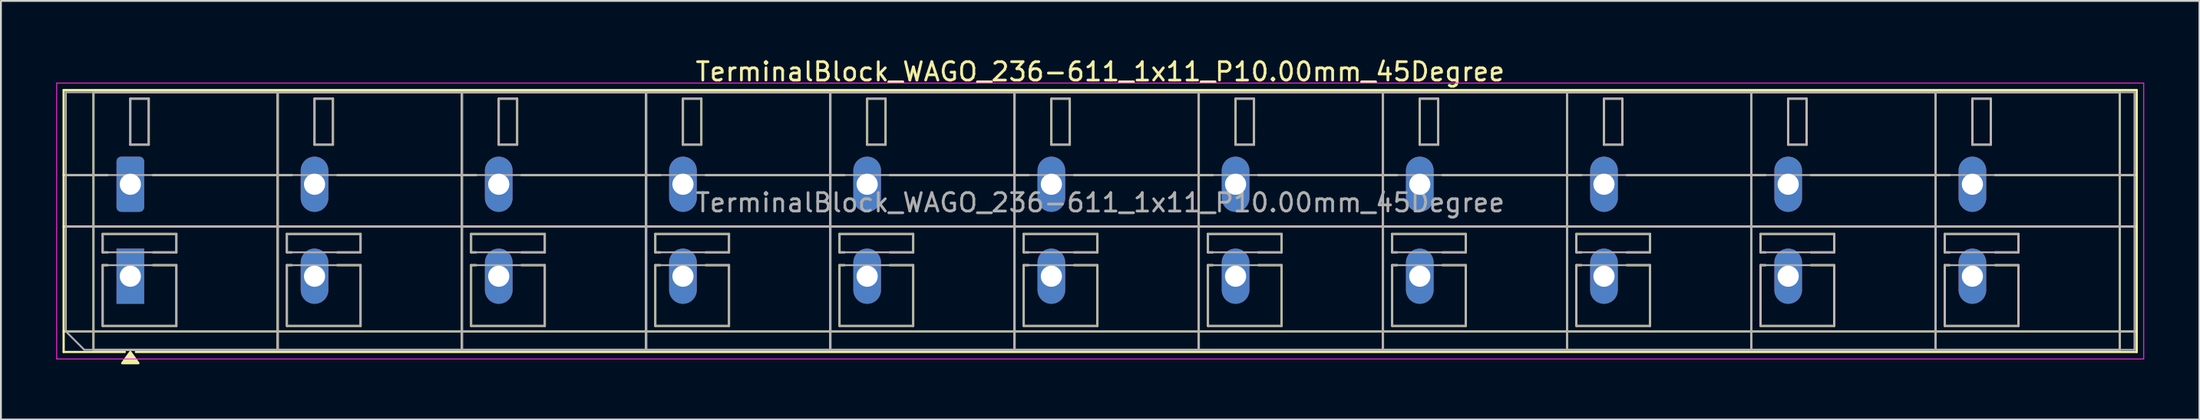
<source format=kicad_pcb>
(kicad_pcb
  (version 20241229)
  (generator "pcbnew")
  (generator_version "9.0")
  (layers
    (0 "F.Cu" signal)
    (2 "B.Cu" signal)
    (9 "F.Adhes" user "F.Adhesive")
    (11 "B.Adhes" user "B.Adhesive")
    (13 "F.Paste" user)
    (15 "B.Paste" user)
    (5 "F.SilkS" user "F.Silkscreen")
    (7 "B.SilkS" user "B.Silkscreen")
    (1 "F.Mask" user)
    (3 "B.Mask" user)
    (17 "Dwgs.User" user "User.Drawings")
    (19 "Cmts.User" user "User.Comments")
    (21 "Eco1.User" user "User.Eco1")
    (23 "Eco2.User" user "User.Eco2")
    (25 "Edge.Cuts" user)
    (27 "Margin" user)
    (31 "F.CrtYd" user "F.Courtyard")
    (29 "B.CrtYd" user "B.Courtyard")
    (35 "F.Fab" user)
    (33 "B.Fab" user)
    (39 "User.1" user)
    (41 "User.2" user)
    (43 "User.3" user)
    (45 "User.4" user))
  (footprint "TerminalBlock_WAGO_236-611_1x11_P10.00mm_45Degree"
    (layer "F.Cu")
    (at 4.025 6.968)
    (property "Reference" "TerminalBlock_WAGO_236-611_1x11_P10.00mm_45Degree" (at 52.65 -6.12 0) (layer "F.SilkS") (effects (font (size 1 1) (thickness 0.15))))
    (attr through_hole)
    (fp_line (start -3.62 -5.12) (end 108.92 -5.12) (stroke (width 0.12) (type solid)) (layer "F.SilkS"))
    (fp_line (start -3.62 -0.5) (end -1.23 -0.5) (stroke (width 0.12) (type solid)) (layer "F.SilkS"))
    (fp_line (start -3.62 2.3) (end 108.92 2.3) (stroke (width 0.12) (type solid)) (layer "F.SilkS"))
    (fp_line (start -3.62 8) (end 108.92 8) (stroke (width 0.12) (type solid)) (layer "F.SilkS"))
    (fp_line (start -3.62 9.12) (end -3.62 -5.12) (stroke (width 0.12) (type solid)) (layer "F.SilkS"))
    (fp_line (start -2 -5) (end 8 -5) (stroke (width 0.12) (type solid)) (layer "F.SilkS"))
    (fp_line (start -2 9) (end -2 -5) (stroke (width 0.12) (type solid)) (layer "F.SilkS"))
    (fp_line (start -1.5 2.7) (end 2.5 2.7) (stroke (width 0.12) (type solid)) (layer "F.SilkS"))
    (fp_line (start -1.5 3.7) (end -1.5 2.7) (stroke (width 0.12) (type solid)) (layer "F.SilkS"))
    (fp_line (start -1.5 4.4) (end -1.23 4.4) (stroke (width 0.12) (type solid)) (layer "F.SilkS"))
    (fp_line (start -1.5 7.7) (end -1.5 4.4) (stroke (width 0.12) (type solid)) (layer "F.SilkS"))
    (fp_line (start -1.23 3.7) (end -1.5 3.7) (stroke (width 0.12) (type solid)) (layer "F.SilkS"))
    (fp_line (start -0.3 9.12) (end -3.62 9.12) (stroke (width 0.12) (type solid)) (layer "F.SilkS"))
    (fp_line (start 0 -4.65) (end 1 -4.65) (stroke (width 0.12) (type solid)) (layer "F.SilkS"))
    (fp_line (start 0 -2.15) (end 0 -4.65) (stroke (width 0.12) (type solid)) (layer "F.SilkS"))
    (fp_line (start 1 -4.65) (end 1 -2.15) (stroke (width 0.12) (type solid)) (layer "F.SilkS"))
    (fp_line (start 1 -2.15) (end 0 -2.15) (stroke (width 0.12) (type solid)) (layer "F.SilkS"))
    (fp_line (start 1.23 -0.5) (end 8.77 -0.5) (stroke (width 0.12) (type solid)) (layer "F.SilkS"))
    (fp_line (start 1.23 4.4) (end 2.5 4.4) (stroke (width 0.12) (type solid)) (layer "F.SilkS"))
    (fp_line (start 2.5 2.7) (end 2.5 3.7) (stroke (width 0.12) (type solid)) (layer "F.SilkS"))
    (fp_line (start 2.5 3.7) (end 1.23 3.7) (stroke (width 0.12) (type solid)) (layer "F.SilkS"))
    (fp_line (start 2.5 4.4) (end 2.5 7.7) (stroke (width 0.12) (type solid)) (layer "F.SilkS"))
    (fp_line (start 2.5 7.7) (end -1.5 7.7) (stroke (width 0.12) (type solid)) (layer "F.SilkS"))
    (fp_line (start 8 -5) (end 8 9) (stroke (width 0.12) (type solid)) (layer "F.SilkS"))
    (fp_line (start 8 -5) (end 18 -5) (stroke (width 0.12) (type solid)) (layer "F.SilkS"))
    (fp_line (start 8 9) (end -2 9) (stroke (width 0.12) (type solid)) (layer "F.SilkS"))
    (fp_line (start 8 9) (end 8 -5) (stroke (width 0.12) (type solid)) (layer "F.SilkS"))
    (fp_line (start 8.5 2.7) (end 12.5 2.7) (stroke (width 0.12) (type solid)) (layer "F.SilkS"))
    (fp_line (start 8.5 3.7) (end 8.5 2.7) (stroke (width 0.12) (type solid)) (layer "F.SilkS"))
    (fp_line (start 8.5 4.4) (end 8.77 4.4) (stroke (width 0.12) (type solid)) (layer "F.SilkS"))
    (fp_line (start 8.5 7.7) (end 8.5 4.4) (stroke (width 0.12) (type solid)) (layer "F.SilkS"))
    (fp_line (start 8.77 3.7) (end 8.5 3.7) (stroke (width 0.12) (type solid)) (layer "F.SilkS"))
    (fp_line (start 10 -4.65) (end 11 -4.65) (stroke (width 0.12) (type solid)) (layer "F.SilkS"))
    (fp_line (start 10 -2.15) (end 10 -4.65) (stroke (width 0.12) (type solid)) (layer "F.SilkS"))
    (fp_line (start 11 -4.65) (end 11 -2.15) (stroke (width 0.12) (type solid)) (layer "F.SilkS"))
    (fp_line (start 11 -2.15) (end 10 -2.15) (stroke (width 0.12) (type solid)) (layer "F.SilkS"))
    (fp_line (start 11.23 -0.5) (end 18.77 -0.5) (stroke (width 0.12) (type solid)) (layer "F.SilkS"))
    (fp_line (start 11.23 4.4) (end 12.5 4.4) (stroke (width 0.12) (type solid)) (layer "F.SilkS"))
    (fp_line (start 12.5 2.7) (end 12.5 3.7) (stroke (width 0.12) (type solid)) (layer "F.SilkS"))
    (fp_line (start 12.5 3.7) (end 11.23 3.7) (stroke (width 0.12) (type solid)) (layer "F.SilkS"))
    (fp_line (start 12.5 4.4) (end 12.5 7.7) (stroke (width 0.12) (type solid)) (layer "F.SilkS"))
    (fp_line (start 12.5 7.7) (end 8.5 7.7) (stroke (width 0.12) (type solid)) (layer "F.SilkS"))
    (fp_line (start 18 -5) (end 18 9) (stroke (width 0.12) (type solid)) (layer "F.SilkS"))
    (fp_line (start 18 -5) (end 28 -5) (stroke (width 0.12) (type solid)) (layer "F.SilkS"))
    (fp_line (start 18 9) (end 8 9) (stroke (width 0.12) (type solid)) (layer "F.SilkS"))
    (fp_line (start 18 9) (end 18 -5) (stroke (width 0.12) (type solid)) (layer "F.SilkS"))
    (fp_line (start 18.5 2.7) (end 22.5 2.7) (stroke (width 0.12) (type solid)) (layer "F.SilkS"))
    (fp_line (start 18.5 3.7) (end 18.5 2.7) (stroke (width 0.12) (type solid)) (layer "F.SilkS"))
    (fp_line (start 18.5 4.4) (end 18.77 4.4) (stroke (width 0.12) (type solid)) (layer "F.SilkS"))
    (fp_line (start 18.5 7.7) (end 18.5 4.4) (stroke (width 0.12) (type solid)) (layer "F.SilkS"))
    (fp_line (start 18.77 3.7) (end 18.5 3.7) (stroke (width 0.12) (type solid)) (layer "F.SilkS"))
    (fp_line (start 20 -4.65) (end 21 -4.65) (stroke (width 0.12) (type solid)) (layer "F.SilkS"))
    (fp_line (start 20 -2.15) (end 20 -4.65) (stroke (width 0.12) (type solid)) (layer "F.SilkS"))
    (fp_line (start 21 -4.65) (end 21 -2.15) (stroke (width 0.12) (type solid)) (layer "F.SilkS"))
    (fp_line (start 21 -2.15) (end 20 -2.15) (stroke (width 0.12) (type solid)) (layer "F.SilkS"))
    (fp_line (start 21.23 -0.5) (end 28.77 -0.5) (stroke (width 0.12) (type solid)) (layer "F.SilkS"))
    (fp_line (start 21.23 4.4) (end 22.5 4.4) (stroke (width 0.12) (type solid)) (layer "F.SilkS"))
    (fp_line (start 22.5 2.7) (end 22.5 3.7) (stroke (width 0.12) (type solid)) (layer "F.SilkS"))
    (fp_line (start 22.5 3.7) (end 21.23 3.7) (stroke (width 0.12) (type solid)) (layer "F.SilkS"))
    (fp_line (start 22.5 4.4) (end 22.5 7.7) (stroke (width 0.12) (type solid)) (layer "F.SilkS"))
    (fp_line (start 22.5 7.7) (end 18.5 7.7) (stroke (width 0.12) (type solid)) (layer "F.SilkS"))
    (fp_line (start 28 -5) (end 28 9) (stroke (width 0.12) (type solid)) (layer "F.SilkS"))
    (fp_line (start 28 -5) (end 38 -5) (stroke (width 0.12) (type solid)) (layer "F.SilkS"))
    (fp_line (start 28 9) (end 18 9) (stroke (width 0.12) (type solid)) (layer "F.SilkS"))
    (fp_line (start 28 9) (end 28 -5) (stroke (width 0.12) (type solid)) (layer "F.SilkS"))
    (fp_line (start 28.5 2.7) (end 32.5 2.7) (stroke (width 0.12) (type solid)) (layer "F.SilkS"))
    (fp_line (start 28.5 3.7) (end 28.5 2.7) (stroke (width 0.12) (type solid)) (layer "F.SilkS"))
    (fp_line (start 28.5 4.4) (end 28.77 4.4) (stroke (width 0.12) (type solid)) (layer "F.SilkS"))
    (fp_line (start 28.5 7.7) (end 28.5 4.4) (stroke (width 0.12) (type solid)) (layer "F.SilkS"))
    (fp_line (start 28.77 3.7) (end 28.5 3.7) (stroke (width 0.12) (type solid)) (layer "F.SilkS"))
    (fp_line (start 30 -4.65) (end 31 -4.65) (stroke (width 0.12) (type solid)) (layer "F.SilkS"))
    (fp_line (start 30 -2.15) (end 30 -4.65) (stroke (width 0.12) (type solid)) (layer "F.SilkS"))
    (fp_line (start 31 -4.65) (end 31 -2.15) (stroke (width 0.12) (type solid)) (layer "F.SilkS"))
    (fp_line (start 31 -2.15) (end 30 -2.15) (stroke (width 0.12) (type solid)) (layer "F.SilkS"))
    (fp_line (start 31.23 -0.5) (end 38.77 -0.5) (stroke (width 0.12) (type solid)) (layer "F.SilkS"))
    (fp_line (start 31.23 4.4) (end 32.5 4.4) (stroke (width 0.12) (type solid)) (layer "F.SilkS"))
    (fp_line (start 32.5 2.7) (end 32.5 3.7) (stroke (width 0.12) (type solid)) (layer "F.SilkS"))
    (fp_line (start 32.5 3.7) (end 31.23 3.7) (stroke (width 0.12) (type solid)) (layer "F.SilkS"))
    (fp_line (start 32.5 4.4) (end 32.5 7.7) (stroke (width 0.12) (type solid)) (layer "F.SilkS"))
    (fp_line (start 32.5 7.7) (end 28.5 7.7) (stroke (width 0.12) (type solid)) (layer "F.SilkS"))
    (fp_line (start 38 -5) (end 38 9) (stroke (width 0.12) (type solid)) (layer "F.SilkS"))
    (fp_line (start 38 -5) (end 48 -5) (stroke (width 0.12) (type solid)) (layer "F.SilkS"))
    (fp_line (start 38 9) (end 28 9) (stroke (width 0.12) (type solid)) (layer "F.SilkS"))
    (fp_line (start 38 9) (end 38 -5) (stroke (width 0.12) (type solid)) (layer "F.SilkS"))
    (fp_line (start 38.5 2.7) (end 42.5 2.7) (stroke (width 0.12) (type solid)) (layer "F.SilkS"))
    (fp_line (start 38.5 3.7) (end 38.5 2.7) (stroke (width 0.12) (type solid)) (layer "F.SilkS"))
    (fp_line (start 38.5 4.4) (end 38.77 4.4) (stroke (width 0.12) (type solid)) (layer "F.SilkS"))
    (fp_line (start 38.5 7.7) (end 38.5 4.4) (stroke (width 0.12) (type solid)) (layer "F.SilkS"))
    (fp_line (start 38.77 3.7) (end 38.5 3.7) (stroke (width 0.12) (type solid)) (layer "F.SilkS"))
    (fp_line (start 40 -4.65) (end 41 -4.65) (stroke (width 0.12) (type solid)) (layer "F.SilkS"))
    (fp_line (start 40 -2.15) (end 40 -4.65) (stroke (width 0.12) (type solid)) (layer "F.SilkS"))
    (fp_line (start 41 -4.65) (end 41 -2.15) (stroke (width 0.12) (type solid)) (layer "F.SilkS"))
    (fp_line (start 41 -2.15) (end 40 -2.15) (stroke (width 0.12) (type solid)) (layer "F.SilkS"))
    (fp_line (start 41.23 -0.5) (end 48.77 -0.5) (stroke (width 0.12) (type solid)) (layer "F.SilkS"))
    (fp_line (start 41.23 4.4) (end 42.5 4.4) (stroke (width 0.12) (type solid)) (layer "F.SilkS"))
    (fp_line (start 42.5 2.7) (end 42.5 3.7) (stroke (width 0.12) (type solid)) (layer "F.SilkS"))
    (fp_line (start 42.5 3.7) (end 41.23 3.7) (stroke (width 0.12) (type solid)) (layer "F.SilkS"))
    (fp_line (start 42.5 4.4) (end 42.5 7.7) (stroke (width 0.12) (type solid)) (layer "F.SilkS"))
    (fp_line (start 42.5 7.7) (end 38.5 7.7) (stroke (width 0.12) (type solid)) (layer "F.SilkS"))
    (fp_line (start 48 -5) (end 48 9) (stroke (width 0.12) (type solid)) (layer "F.SilkS"))
    (fp_line (start 48 -5) (end 58 -5) (stroke (width 0.12) (type solid)) (layer "F.SilkS"))
    (fp_line (start 48 9) (end 38 9) (stroke (width 0.12) (type solid)) (layer "F.SilkS"))
    (fp_line (start 48 9) (end 48 -5) (stroke (width 0.12) (type solid)) (layer "F.SilkS"))
    (fp_line (start 48.5 2.7) (end 52.5 2.7) (stroke (width 0.12) (type solid)) (layer "F.SilkS"))
    (fp_line (start 48.5 3.7) (end 48.5 2.7) (stroke (width 0.12) (type solid)) (layer "F.SilkS"))
    (fp_line (start 48.5 4.4) (end 48.77 4.4) (stroke (width 0.12) (type solid)) (layer "F.SilkS"))
    (fp_line (start 48.5 7.7) (end 48.5 4.4) (stroke (width 0.12) (type solid)) (layer "F.SilkS"))
    (fp_line (start 48.77 3.7) (end 48.5 3.7) (stroke (width 0.12) (type solid)) (layer "F.SilkS"))
    (fp_line (start 50 -4.65) (end 51 -4.65) (stroke (width 0.12) (type solid)) (layer "F.SilkS"))
    (fp_line (start 50 -2.15) (end 50 -4.65) (stroke (width 0.12) (type solid)) (layer "F.SilkS"))
    (fp_line (start 51 -4.65) (end 51 -2.15) (stroke (width 0.12) (type solid)) (layer "F.SilkS"))
    (fp_line (start 51 -2.15) (end 50 -2.15) (stroke (width 0.12) (type solid)) (layer "F.SilkS"))
    (fp_line (start 51.23 -0.5) (end 58.77 -0.5) (stroke (width 0.12) (type solid)) (layer "F.SilkS"))
    (fp_line (start 51.23 4.4) (end 52.5 4.4) (stroke (width 0.12) (type solid)) (layer "F.SilkS"))
    (fp_line (start 52.5 2.7) (end 52.5 3.7) (stroke (width 0.12) (type solid)) (layer "F.SilkS"))
    (fp_line (start 52.5 3.7) (end 51.23 3.7) (stroke (width 0.12) (type solid)) (layer "F.SilkS"))
    (fp_line (start 52.5 4.4) (end 52.5 7.7) (stroke (width 0.12) (type solid)) (layer "F.SilkS"))
    (fp_line (start 52.5 7.7) (end 48.5 7.7) (stroke (width 0.12) (type solid)) (layer "F.SilkS"))
    (fp_line (start 58 -5) (end 58 9) (stroke (width 0.12) (type solid)) (layer "F.SilkS"))
    (fp_line (start 58 -5) (end 68 -5) (stroke (width 0.12) (type solid)) (layer "F.SilkS"))
    (fp_line (start 58 9) (end 48 9) (stroke (width 0.12) (type solid)) (layer "F.SilkS"))
    (fp_line (start 58 9) (end 58 -5) (stroke (width 0.12) (type solid)) (layer "F.SilkS"))
    (fp_line (start 58.5 2.7) (end 62.5 2.7) (stroke (width 0.12) (type solid)) (layer "F.SilkS"))
    (fp_line (start 58.5 3.7) (end 58.5 2.7) (stroke (width 0.12) (type solid)) (layer "F.SilkS"))
    (fp_line (start 58.5 4.4) (end 58.77 4.4) (stroke (width 0.12) (type solid)) (layer "F.SilkS"))
    (fp_line (start 58.5 7.7) (end 58.5 4.4) (stroke (width 0.12) (type solid)) (layer "F.SilkS"))
    (fp_line (start 58.77 3.7) (end 58.5 3.7) (stroke (width 0.12) (type solid)) (layer "F.SilkS"))
    (fp_line (start 60 -4.65) (end 61 -4.65) (stroke (width 0.12) (type solid)) (layer "F.SilkS"))
    (fp_line (start 60 -2.15) (end 60 -4.65) (stroke (width 0.12) (type solid)) (layer "F.SilkS"))
    (fp_line (start 61 -4.65) (end 61 -2.15) (stroke (width 0.12) (type solid)) (layer "F.SilkS"))
    (fp_line (start 61 -2.15) (end 60 -2.15) (stroke (width 0.12) (type solid)) (layer "F.SilkS"))
    (fp_line (start 61.23 -0.5) (end 68.77 -0.5) (stroke (width 0.12) (type solid)) (layer "F.SilkS"))
    (fp_line (start 61.23 4.4) (end 62.5 4.4) (stroke (width 0.12) (type solid)) (layer "F.SilkS"))
    (fp_line (start 62.5 2.7) (end 62.5 3.7) (stroke (width 0.12) (type solid)) (layer "F.SilkS"))
    (fp_line (start 62.5 3.7) (end 61.23 3.7) (stroke (width 0.12) (type solid)) (layer "F.SilkS"))
    (fp_line (start 62.5 4.4) (end 62.5 7.7) (stroke (width 0.12) (type solid)) (layer "F.SilkS"))
    (fp_line (start 62.5 7.7) (end 58.5 7.7) (stroke (width 0.12) (type solid)) (layer "F.SilkS"))
    (fp_line (start 68 -5) (end 68 9) (stroke (width 0.12) (type solid)) (layer "F.SilkS"))
    (fp_line (start 68 -5) (end 78 -5) (stroke (width 0.12) (type solid)) (layer "F.SilkS"))
    (fp_line (start 68 9) (end 58 9) (stroke (width 0.12) (type solid)) (layer "F.SilkS"))
    (fp_line (start 68 9) (end 68 -5) (stroke (width 0.12) (type solid)) (layer "F.SilkS"))
    (fp_line (start 68.5 2.7) (end 72.5 2.7) (stroke (width 0.12) (type solid)) (layer "F.SilkS"))
    (fp_line (start 68.5 3.7) (end 68.5 2.7) (stroke (width 0.12) (type solid)) (layer "F.SilkS"))
    (fp_line (start 68.5 4.4) (end 68.77 4.4) (stroke (width 0.12) (type solid)) (layer "F.SilkS"))
    (fp_line (start 68.5 7.7) (end 68.5 4.4) (stroke (width 0.12) (type solid)) (layer "F.SilkS"))
    (fp_line (start 68.77 3.7) (end 68.5 3.7) (stroke (width 0.12) (type solid)) (layer "F.SilkS"))
    (fp_line (start 70 -4.65) (end 71 -4.65) (stroke (width 0.12) (type solid)) (layer "F.SilkS"))
    (fp_line (start 70 -2.15) (end 70 -4.65) (stroke (width 0.12) (type solid)) (layer "F.SilkS"))
    (fp_line (start 71 -4.65) (end 71 -2.15) (stroke (width 0.12) (type solid)) (layer "F.SilkS"))
    (fp_line (start 71 -2.15) (end 70 -2.15) (stroke (width 0.12) (type solid)) (layer "F.SilkS"))
    (fp_line (start 71.23 -0.5) (end 78.77 -0.5) (stroke (width 0.12) (type solid)) (layer "F.SilkS"))
    (fp_line (start 71.23 4.4) (end 72.5 4.4) (stroke (width 0.12) (type solid)) (layer "F.SilkS"))
    (fp_line (start 72.5 2.7) (end 72.5 3.7) (stroke (width 0.12) (type solid)) (layer "F.SilkS"))
    (fp_line (start 72.5 3.7) (end 71.23 3.7) (stroke (width 0.12) (type solid)) (layer "F.SilkS"))
    (fp_line (start 72.5 4.4) (end 72.5 7.7) (stroke (width 0.12) (type solid)) (layer "F.SilkS"))
    (fp_line (start 72.5 7.7) (end 68.5 7.7) (stroke (width 0.12) (type solid)) (layer "F.SilkS"))
    (fp_line (start 78 -5) (end 78 9) (stroke (width 0.12) (type solid)) (layer "F.SilkS"))
    (fp_line (start 78 -5) (end 88 -5) (stroke (width 0.12) (type solid)) (layer "F.SilkS"))
    (fp_line (start 78 9) (end 68 9) (stroke (width 0.12) (type solid)) (layer "F.SilkS"))
    (fp_line (start 78 9) (end 78 -5) (stroke (width 0.12) (type solid)) (layer "F.SilkS"))
    (fp_line (start 78.5 2.7) (end 82.5 2.7) (stroke (width 0.12) (type solid)) (layer "F.SilkS"))
    (fp_line (start 78.5 3.7) (end 78.5 2.7) (stroke (width 0.12) (type solid)) (layer "F.SilkS"))
    (fp_line (start 78.5 4.4) (end 78.77 4.4) (stroke (width 0.12) (type solid)) (layer "F.SilkS"))
    (fp_line (start 78.5 7.7) (end 78.5 4.4) (stroke (width 0.12) (type solid)) (layer "F.SilkS"))
    (fp_line (start 78.77 3.7) (end 78.5 3.7) (stroke (width 0.12) (type solid)) (layer "F.SilkS"))
    (fp_line (start 80 -4.65) (end 81 -4.65) (stroke (width 0.12) (type solid)) (layer "F.SilkS"))
    (fp_line (start 80 -2.15) (end 80 -4.65) (stroke (width 0.12) (type solid)) (layer "F.SilkS"))
    (fp_line (start 81 -4.65) (end 81 -2.15) (stroke (width 0.12) (type solid)) (layer "F.SilkS"))
    (fp_line (start 81 -2.15) (end 80 -2.15) (stroke (width 0.12) (type solid)) (layer "F.SilkS"))
    (fp_line (start 81.23 -0.5) (end 88.77 -0.5) (stroke (width 0.12) (type solid)) (layer "F.SilkS"))
    (fp_line (start 81.23 4.4) (end 82.5 4.4) (stroke (width 0.12) (type solid)) (layer "F.SilkS"))
    (fp_line (start 82.5 2.7) (end 82.5 3.7) (stroke (width 0.12) (type solid)) (layer "F.SilkS"))
    (fp_line (start 82.5 3.7) (end 81.23 3.7) (stroke (width 0.12) (type solid)) (layer "F.SilkS"))
    (fp_line (start 82.5 4.4) (end 82.5 7.7) (stroke (width 0.12) (type solid)) (layer "F.SilkS"))
    (fp_line (start 82.5 7.7) (end 78.5 7.7) (stroke (width 0.12) (type solid)) (layer "F.SilkS"))
    (fp_line (start 88 -5) (end 88 9) (stroke (width 0.12) (type solid)) (layer "F.SilkS"))
    (fp_line (start 88 -5) (end 98 -5) (stroke (width 0.12) (type solid)) (layer "F.SilkS"))
    (fp_line (start 88 9) (end 78 9) (stroke (width 0.12) (type solid)) (layer "F.SilkS"))
    (fp_line (start 88 9) (end 88 -5) (stroke (width 0.12) (type solid)) (layer "F.SilkS"))
    (fp_line (start 88.5 2.7) (end 92.5 2.7) (stroke (width 0.12) (type solid)) (layer "F.SilkS"))
    (fp_line (start 88.5 3.7) (end 88.5 2.7) (stroke (width 0.12) (type solid)) (layer "F.SilkS"))
    (fp_line (start 88.5 4.4) (end 88.77 4.4) (stroke (width 0.12) (type solid)) (layer "F.SilkS"))
    (fp_line (start 88.5 7.7) (end 88.5 4.4) (stroke (width 0.12) (type solid)) (layer "F.SilkS"))
    (fp_line (start 88.77 3.7) (end 88.5 3.7) (stroke (width 0.12) (type solid)) (layer "F.SilkS"))
    (fp_line (start 90 -4.65) (end 91 -4.65) (stroke (width 0.12) (type solid)) (layer "F.SilkS"))
    (fp_line (start 90 -2.15) (end 90 -4.65) (stroke (width 0.12) (type solid)) (layer "F.SilkS"))
    (fp_line (start 91 -4.65) (end 91 -2.15) (stroke (width 0.12) (type solid)) (layer "F.SilkS"))
    (fp_line (start 91 -2.15) (end 90 -2.15) (stroke (width 0.12) (type solid)) (layer "F.SilkS"))
    (fp_line (start 91.23 -0.5) (end 98.77 -0.5) (stroke (width 0.12) (type solid)) (layer "F.SilkS"))
    (fp_line (start 91.23 4.4) (end 92.5 4.4) (stroke (width 0.12) (type solid)) (layer "F.SilkS"))
    (fp_line (start 92.5 2.7) (end 92.5 3.7) (stroke (width 0.12) (type solid)) (layer "F.SilkS"))
    (fp_line (start 92.5 3.7) (end 91.23 3.7) (stroke (width 0.12) (type solid)) (layer "F.SilkS"))
    (fp_line (start 92.5 4.4) (end 92.5 7.7) (stroke (width 0.12) (type solid)) (layer "F.SilkS"))
    (fp_line (start 92.5 7.7) (end 88.5 7.7) (stroke (width 0.12) (type solid)) (layer "F.SilkS"))
    (fp_line (start 98 -5) (end 98 9) (stroke (width 0.12) (type solid)) (layer "F.SilkS"))
    (fp_line (start 98 -5) (end 108 -5) (stroke (width 0.12) (type solid)) (layer "F.SilkS"))
    (fp_line (start 98 9) (end 88 9) (stroke (width 0.12) (type solid)) (layer "F.SilkS"))
    (fp_line (start 98 9) (end 98 -5) (stroke (width 0.12) (type solid)) (layer "F.SilkS"))
    (fp_line (start 98.5 2.7) (end 102.5 2.7) (stroke (width 0.12) (type solid)) (layer "F.SilkS"))
    (fp_line (start 98.5 3.7) (end 98.5 2.7) (stroke (width 0.12) (type solid)) (layer "F.SilkS"))
    (fp_line (start 98.5 4.4) (end 98.77 4.4) (stroke (width 0.12) (type solid)) (layer "F.SilkS"))
    (fp_line (start 98.5 7.7) (end 98.5 4.4) (stroke (width 0.12) (type solid)) (layer "F.SilkS"))
    (fp_line (start 98.77 3.7) (end 98.5 3.7) (stroke (width 0.12) (type solid)) (layer "F.SilkS"))
    (fp_line (start 100 -4.65) (end 101 -4.65) (stroke (width 0.12) (type solid)) (layer "F.SilkS"))
    (fp_line (start 100 -2.15) (end 100 -4.65) (stroke (width 0.12) (type solid)) (layer "F.SilkS"))
    (fp_line (start 101 -4.65) (end 101 -2.15) (stroke (width 0.12) (type solid)) (layer "F.SilkS"))
    (fp_line (start 101 -2.15) (end 100 -2.15) (stroke (width 0.12) (type solid)) (layer "F.SilkS"))
    (fp_line (start 101.23 -0.5) (end 108.92 -0.5) (stroke (width 0.12) (type solid)) (layer "F.SilkS"))
    (fp_line (start 101.23 4.4) (end 102.5 4.4) (stroke (width 0.12) (type solid)) (layer "F.SilkS"))
    (fp_line (start 102.5 2.7) (end 102.5 3.7) (stroke (width 0.12) (type solid)) (layer "F.SilkS"))
    (fp_line (start 102.5 3.7) (end 101.23 3.7) (stroke (width 0.12) (type solid)) (layer "F.SilkS"))
    (fp_line (start 102.5 4.4) (end 102.5 7.7) (stroke (width 0.12) (type solid)) (layer "F.SilkS"))
    (fp_line (start 102.5 7.7) (end 98.5 7.7) (stroke (width 0.12) (type solid)) (layer "F.SilkS"))
    (fp_line (start 108 -5) (end 108 9) (stroke (width 0.12) (type solid)) (layer "F.SilkS"))
    (fp_line (start 108 9) (end 98 9) (stroke (width 0.12) (type solid)) (layer "F.SilkS"))
    (fp_line (start 108.92 -5.12) (end 108.92 9.12) (stroke (width 0.12) (type solid)) (layer "F.SilkS"))
    (fp_line (start 108.92 9.12) (end 0.3 9.12) (stroke (width 0.12) (type solid)) (layer "F.SilkS"))
    (fp_poly (pts (xy 0 9.12) (xy 0.44 9.73) (xy -0.44 9.73)) (stroke (width 0.12) (type solid)) (fill yes) (layer "F.SilkS"))
    (fp_line (start -4 -5.5) (end -4 9.5) (stroke (width 0.05) (type solid)) (layer "F.CrtYd"))
    (fp_line (start -4 9.5) (end 109.3 9.5) (stroke (width 0.05) (type solid)) (layer "F.CrtYd"))
    (fp_line (start 109.3 -5.5) (end -4 -5.5) (stroke (width 0.05) (type solid)) (layer "F.CrtYd"))
    (fp_line (start 109.3 9.5) (end 109.3 -5.5) (stroke (width 0.05) (type solid)) (layer "F.CrtYd"))
    (fp_line (start -3.5 -5) (end 108.8 -5) (stroke (width 0.1) (type solid)) (layer "F.Fab"))
    (fp_line (start -3.5 -0.5) (end 108.8 -0.5) (stroke (width 0.1) (type solid)) (layer "F.Fab"))
    (fp_line (start -3.5 2.3) (end 108.8 2.3) (stroke (width 0.1) (type solid)) (layer "F.Fab"))
    (fp_line (start -3.5 8) (end -3.5 -5) (stroke (width 0.1) (type solid)) (layer "F.Fab"))
    (fp_line (start -3.5 8) (end 108.8 8) (stroke (width 0.1) (type solid)) (layer "F.Fab"))
    (fp_line (start -2.5 9) (end -3.5 8) (stroke (width 0.1) (type solid)) (layer "F.Fab"))
    (fp_line (start -2 -5) (end -2 9) (stroke (width 0.1) (type solid)) (layer "F.Fab"))
    (fp_line (start -2 9) (end 8 9) (stroke (width 0.1) (type solid)) (layer "F.Fab"))
    (fp_line (start -1.5 2.7) (end -1.5 3.7) (stroke (width 0.1) (type solid)) (layer "F.Fab"))
    (fp_line (start -1.5 3.7) (end 2.5 3.7) (stroke (width 0.1) (type solid)) (layer "F.Fab"))
    (fp_line (start -1.5 4.4) (end -1.5 7.7) (stroke (width 0.1) (type solid)) (layer "F.Fab"))
    (fp_line (start -1.5 7.7) (end 2.5 7.7) (stroke (width 0.1) (type solid)) (layer "F.Fab"))
    (fp_line (start 0 -4.65) (end 0 -2.15) (stroke (width 0.1) (type solid)) (layer "F.Fab"))
    (fp_line (start 0 -2.15) (end 1 -2.15) (stroke (width 0.1) (type solid)) (layer "F.Fab"))
    (fp_line (start 1 -4.65) (end 0 -4.65) (stroke (width 0.1) (type solid)) (layer "F.Fab"))
    (fp_line (start 1 -2.15) (end 1 -4.65) (stroke (width 0.1) (type solid)) (layer "F.Fab"))
    (fp_line (start 2.5 2.7) (end -1.5 2.7) (stroke (width 0.1) (type solid)) (layer "F.Fab"))
    (fp_line (start 2.5 3.7) (end 2.5 2.7) (stroke (width 0.1) (type solid)) (layer "F.Fab"))
    (fp_line (start 2.5 4.4) (end -1.5 4.4) (stroke (width 0.1) (type solid)) (layer "F.Fab"))
    (fp_line (start 2.5 7.7) (end 2.5 4.4) (stroke (width 0.1) (type solid)) (layer "F.Fab"))
    (fp_line (start 8 -5) (end -2 -5) (stroke (width 0.1) (type solid)) (layer "F.Fab"))
    (fp_line (start 8 -5) (end 8 9) (stroke (width 0.1) (type solid)) (layer "F.Fab"))
    (fp_line (start 8 9) (end 8 -5) (stroke (width 0.1) (type solid)) (layer "F.Fab"))
    (fp_line (start 8 9) (end 18 9) (stroke (width 0.1) (type solid)) (layer "F.Fab"))
    (fp_line (start 8.5 2.7) (end 8.5 3.7) (stroke (width 0.1) (type solid)) (layer "F.Fab"))
    (fp_line (start 8.5 3.7) (end 12.5 3.7) (stroke (width 0.1) (type solid)) (layer "F.Fab"))
    (fp_line (start 8.5 4.4) (end 8.5 7.7) (stroke (width 0.1) (type solid)) (layer "F.Fab"))
    (fp_line (start 8.5 7.7) (end 12.5 7.7) (stroke (width 0.1) (type solid)) (layer "F.Fab"))
    (fp_line (start 10 -4.65) (end 10 -2.15) (stroke (width 0.1) (type solid)) (layer "F.Fab"))
    (fp_line (start 10 -2.15) (end 11 -2.15) (stroke (width 0.1) (type solid)) (layer "F.Fab"))
    (fp_line (start 11 -4.65) (end 10 -4.65) (stroke (width 0.1) (type solid)) (layer "F.Fab"))
    (fp_line (start 11 -2.15) (end 11 -4.65) (stroke (width 0.1) (type solid)) (layer "F.Fab"))
    (fp_line (start 12.5 2.7) (end 8.5 2.7) (stroke (width 0.1) (type solid)) (layer "F.Fab"))
    (fp_line (start 12.5 3.7) (end 12.5 2.7) (stroke (width 0.1) (type solid)) (layer "F.Fab"))
    (fp_line (start 12.5 4.4) (end 8.5 4.4) (stroke (width 0.1) (type solid)) (layer "F.Fab"))
    (fp_line (start 12.5 7.7) (end 12.5 4.4) (stroke (width 0.1) (type solid)) (layer "F.Fab"))
    (fp_line (start 18 -5) (end 8 -5) (stroke (width 0.1) (type solid)) (layer "F.Fab"))
    (fp_line (start 18 -5) (end 18 9) (stroke (width 0.1) (type solid)) (layer "F.Fab"))
    (fp_line (start 18 9) (end 18 -5) (stroke (width 0.1) (type solid)) (layer "F.Fab"))
    (fp_line (start 18 9) (end 28 9) (stroke (width 0.1) (type solid)) (layer "F.Fab"))
    (fp_line (start 18.5 2.7) (end 18.5 3.7) (stroke (width 0.1) (type solid)) (layer "F.Fab"))
    (fp_line (start 18.5 3.7) (end 22.5 3.7) (stroke (width 0.1) (type solid)) (layer "F.Fab"))
    (fp_line (start 18.5 4.4) (end 18.5 7.7) (stroke (width 0.1) (type solid)) (layer "F.Fab"))
    (fp_line (start 18.5 7.7) (end 22.5 7.7) (stroke (width 0.1) (type solid)) (layer "F.Fab"))
    (fp_line (start 20 -4.65) (end 20 -2.15) (stroke (width 0.1) (type solid)) (layer "F.Fab"))
    (fp_line (start 20 -2.15) (end 21 -2.15) (stroke (width 0.1) (type solid)) (layer "F.Fab"))
    (fp_line (start 21 -4.65) (end 20 -4.65) (stroke (width 0.1) (type solid)) (layer "F.Fab"))
    (fp_line (start 21 -2.15) (end 21 -4.65) (stroke (width 0.1) (type solid)) (layer "F.Fab"))
    (fp_line (start 22.5 2.7) (end 18.5 2.7) (stroke (width 0.1) (type solid)) (layer "F.Fab"))
    (fp_line (start 22.5 3.7) (end 22.5 2.7) (stroke (width 0.1) (type solid)) (layer "F.Fab"))
    (fp_line (start 22.5 4.4) (end 18.5 4.4) (stroke (width 0.1) (type solid)) (layer "F.Fab"))
    (fp_line (start 22.5 7.7) (end 22.5 4.4) (stroke (width 0.1) (type solid)) (layer "F.Fab"))
    (fp_line (start 28 -5) (end 18 -5) (stroke (width 0.1) (type solid)) (layer "F.Fab"))
    (fp_line (start 28 -5) (end 28 9) (stroke (width 0.1) (type solid)) (layer "F.Fab"))
    (fp_line (start 28 9) (end 28 -5) (stroke (width 0.1) (type solid)) (layer "F.Fab"))
    (fp_line (start 28 9) (end 38 9) (stroke (width 0.1) (type solid)) (layer "F.Fab"))
    (fp_line (start 28.5 2.7) (end 28.5 3.7) (stroke (width 0.1) (type solid)) (layer "F.Fab"))
    (fp_line (start 28.5 3.7) (end 32.5 3.7) (stroke (width 0.1) (type solid)) (layer "F.Fab"))
    (fp_line (start 28.5 4.4) (end 28.5 7.7) (stroke (width 0.1) (type solid)) (layer "F.Fab"))
    (fp_line (start 28.5 7.7) (end 32.5 7.7) (stroke (width 0.1) (type solid)) (layer "F.Fab"))
    (fp_line (start 30 -4.65) (end 30 -2.15) (stroke (width 0.1) (type solid)) (layer "F.Fab"))
    (fp_line (start 30 -2.15) (end 31 -2.15) (stroke (width 0.1) (type solid)) (layer "F.Fab"))
    (fp_line (start 31 -4.65) (end 30 -4.65) (stroke (width 0.1) (type solid)) (layer "F.Fab"))
    (fp_line (start 31 -2.15) (end 31 -4.65) (stroke (width 0.1) (type solid)) (layer "F.Fab"))
    (fp_line (start 32.5 2.7) (end 28.5 2.7) (stroke (width 0.1) (type solid)) (layer "F.Fab"))
    (fp_line (start 32.5 3.7) (end 32.5 2.7) (stroke (width 0.1) (type solid)) (layer "F.Fab"))
    (fp_line (start 32.5 4.4) (end 28.5 4.4) (stroke (width 0.1) (type solid)) (layer "F.Fab"))
    (fp_line (start 32.5 7.7) (end 32.5 4.4) (stroke (width 0.1) (type solid)) (layer "F.Fab"))
    (fp_line (start 38 -5) (end 28 -5) (stroke (width 0.1) (type solid)) (layer "F.Fab"))
    (fp_line (start 38 -5) (end 38 9) (stroke (width 0.1) (type solid)) (layer "F.Fab"))
    (fp_line (start 38 9) (end 38 -5) (stroke (width 0.1) (type solid)) (layer "F.Fab"))
    (fp_line (start 38 9) (end 48 9) (stroke (width 0.1) (type solid)) (layer "F.Fab"))
    (fp_line (start 38.5 2.7) (end 38.5 3.7) (stroke (width 0.1) (type solid)) (layer "F.Fab"))
    (fp_line (start 38.5 3.7) (end 42.5 3.7) (stroke (width 0.1) (type solid)) (layer "F.Fab"))
    (fp_line (start 38.5 4.4) (end 38.5 7.7) (stroke (width 0.1) (type solid)) (layer "F.Fab"))
    (fp_line (start 38.5 7.7) (end 42.5 7.7) (stroke (width 0.1) (type solid)) (layer "F.Fab"))
    (fp_line (start 40 -4.65) (end 40 -2.15) (stroke (width 0.1) (type solid)) (layer "F.Fab"))
    (fp_line (start 40 -2.15) (end 41 -2.15) (stroke (width 0.1) (type solid)) (layer "F.Fab"))
    (fp_line (start 41 -4.65) (end 40 -4.65) (stroke (width 0.1) (type solid)) (layer "F.Fab"))
    (fp_line (start 41 -2.15) (end 41 -4.65) (stroke (width 0.1) (type solid)) (layer "F.Fab"))
    (fp_line (start 42.5 2.7) (end 38.5 2.7) (stroke (width 0.1) (type solid)) (layer "F.Fab"))
    (fp_line (start 42.5 3.7) (end 42.5 2.7) (stroke (width 0.1) (type solid)) (layer "F.Fab"))
    (fp_line (start 42.5 4.4) (end 38.5 4.4) (stroke (width 0.1) (type solid)) (layer "F.Fab"))
    (fp_line (start 42.5 7.7) (end 42.5 4.4) (stroke (width 0.1) (type solid)) (layer "F.Fab"))
    (fp_line (start 48 -5) (end 38 -5) (stroke (width 0.1) (type solid)) (layer "F.Fab"))
    (fp_line (start 48 -5) (end 48 9) (stroke (width 0.1) (type solid)) (layer "F.Fab"))
    (fp_line (start 48 9) (end 48 -5) (stroke (width 0.1) (type solid)) (layer "F.Fab"))
    (fp_line (start 48 9) (end 58 9) (stroke (width 0.1) (type solid)) (layer "F.Fab"))
    (fp_line (start 48.5 2.7) (end 48.5 3.7) (stroke (width 0.1) (type solid)) (layer "F.Fab"))
    (fp_line (start 48.5 3.7) (end 52.5 3.7) (stroke (width 0.1) (type solid)) (layer "F.Fab"))
    (fp_line (start 48.5 4.4) (end 48.5 7.7) (stroke (width 0.1) (type solid)) (layer "F.Fab"))
    (fp_line (start 48.5 7.7) (end 52.5 7.7) (stroke (width 0.1) (type solid)) (layer "F.Fab"))
    (fp_line (start 50 -4.65) (end 50 -2.15) (stroke (width 0.1) (type solid)) (layer "F.Fab"))
    (fp_line (start 50 -2.15) (end 51 -2.15) (stroke (width 0.1) (type solid)) (layer "F.Fab"))
    (fp_line (start 51 -4.65) (end 50 -4.65) (stroke (width 0.1) (type solid)) (layer "F.Fab"))
    (fp_line (start 51 -2.15) (end 51 -4.65) (stroke (width 0.1) (type solid)) (layer "F.Fab"))
    (fp_line (start 52.5 2.7) (end 48.5 2.7) (stroke (width 0.1) (type solid)) (layer "F.Fab"))
    (fp_line (start 52.5 3.7) (end 52.5 2.7) (stroke (width 0.1) (type solid)) (layer "F.Fab"))
    (fp_line (start 52.5 4.4) (end 48.5 4.4) (stroke (width 0.1) (type solid)) (layer "F.Fab"))
    (fp_line (start 52.5 7.7) (end 52.5 4.4) (stroke (width 0.1) (type solid)) (layer "F.Fab"))
    (fp_line (start 58 -5) (end 48 -5) (stroke (width 0.1) (type solid)) (layer "F.Fab"))
    (fp_line (start 58 -5) (end 58 9) (stroke (width 0.1) (type solid)) (layer "F.Fab"))
    (fp_line (start 58 9) (end 58 -5) (stroke (width 0.1) (type solid)) (layer "F.Fab"))
    (fp_line (start 58 9) (end 68 9) (stroke (width 0.1) (type solid)) (layer "F.Fab"))
    (fp_line (start 58.5 2.7) (end 58.5 3.7) (stroke (width 0.1) (type solid)) (layer "F.Fab"))
    (fp_line (start 58.5 3.7) (end 62.5 3.7) (stroke (width 0.1) (type solid)) (layer "F.Fab"))
    (fp_line (start 58.5 4.4) (end 58.5 7.7) (stroke (width 0.1) (type solid)) (layer "F.Fab"))
    (fp_line (start 58.5 7.7) (end 62.5 7.7) (stroke (width 0.1) (type solid)) (layer "F.Fab"))
    (fp_line (start 60 -4.65) (end 60 -2.15) (stroke (width 0.1) (type solid)) (layer "F.Fab"))
    (fp_line (start 60 -2.15) (end 61 -2.15) (stroke (width 0.1) (type solid)) (layer "F.Fab"))
    (fp_line (start 61 -4.65) (end 60 -4.65) (stroke (width 0.1) (type solid)) (layer "F.Fab"))
    (fp_line (start 61 -2.15) (end 61 -4.65) (stroke (width 0.1) (type solid)) (layer "F.Fab"))
    (fp_line (start 62.5 2.7) (end 58.5 2.7) (stroke (width 0.1) (type solid)) (layer "F.Fab"))
    (fp_line (start 62.5 3.7) (end 62.5 2.7) (stroke (width 0.1) (type solid)) (layer "F.Fab"))
    (fp_line (start 62.5 4.4) (end 58.5 4.4) (stroke (width 0.1) (type solid)) (layer "F.Fab"))
    (fp_line (start 62.5 7.7) (end 62.5 4.4) (stroke (width 0.1) (type solid)) (layer "F.Fab"))
    (fp_line (start 68 -5) (end 58 -5) (stroke (width 0.1) (type solid)) (layer "F.Fab"))
    (fp_line (start 68 -5) (end 68 9) (stroke (width 0.1) (type solid)) (layer "F.Fab"))
    (fp_line (start 68 9) (end 68 -5) (stroke (width 0.1) (type solid)) (layer "F.Fab"))
    (fp_line (start 68 9) (end 78 9) (stroke (width 0.1) (type solid)) (layer "F.Fab"))
    (fp_line (start 68.5 2.7) (end 68.5 3.7) (stroke (width 0.1) (type solid)) (layer "F.Fab"))
    (fp_line (start 68.5 3.7) (end 72.5 3.7) (stroke (width 0.1) (type solid)) (layer "F.Fab"))
    (fp_line (start 68.5 4.4) (end 68.5 7.7) (stroke (width 0.1) (type solid)) (layer "F.Fab"))
    (fp_line (start 68.5 7.7) (end 72.5 7.7) (stroke (width 0.1) (type solid)) (layer "F.Fab"))
    (fp_line (start 70 -4.65) (end 70 -2.15) (stroke (width 0.1) (type solid)) (layer "F.Fab"))
    (fp_line (start 70 -2.15) (end 71 -2.15) (stroke (width 0.1) (type solid)) (layer "F.Fab"))
    (fp_line (start 71 -4.65) (end 70 -4.65) (stroke (width 0.1) (type solid)) (layer "F.Fab"))
    (fp_line (start 71 -2.15) (end 71 -4.65) (stroke (width 0.1) (type solid)) (layer "F.Fab"))
    (fp_line (start 72.5 2.7) (end 68.5 2.7) (stroke (width 0.1) (type solid)) (layer "F.Fab"))
    (fp_line (start 72.5 3.7) (end 72.5 2.7) (stroke (width 0.1) (type solid)) (layer "F.Fab"))
    (fp_line (start 72.5 4.4) (end 68.5 4.4) (stroke (width 0.1) (type solid)) (layer "F.Fab"))
    (fp_line (start 72.5 7.7) (end 72.5 4.4) (stroke (width 0.1) (type solid)) (layer "F.Fab"))
    (fp_line (start 78 -5) (end 68 -5) (stroke (width 0.1) (type solid)) (layer "F.Fab"))
    (fp_line (start 78 -5) (end 78 9) (stroke (width 0.1) (type solid)) (layer "F.Fab"))
    (fp_line (start 78 9) (end 78 -5) (stroke (width 0.1) (type solid)) (layer "F.Fab"))
    (fp_line (start 78 9) (end 88 9) (stroke (width 0.1) (type solid)) (layer "F.Fab"))
    (fp_line (start 78.5 2.7) (end 78.5 3.7) (stroke (width 0.1) (type solid)) (layer "F.Fab"))
    (fp_line (start 78.5 3.7) (end 82.5 3.7) (stroke (width 0.1) (type solid)) (layer "F.Fab"))
    (fp_line (start 78.5 4.4) (end 78.5 7.7) (stroke (width 0.1) (type solid)) (layer "F.Fab"))
    (fp_line (start 78.5 7.7) (end 82.5 7.7) (stroke (width 0.1) (type solid)) (layer "F.Fab"))
    (fp_line (start 80 -4.65) (end 80 -2.15) (stroke (width 0.1) (type solid)) (layer "F.Fab"))
    (fp_line (start 80 -2.15) (end 81 -2.15) (stroke (width 0.1) (type solid)) (layer "F.Fab"))
    (fp_line (start 81 -4.65) (end 80 -4.65) (stroke (width 0.1) (type solid)) (layer "F.Fab"))
    (fp_line (start 81 -2.15) (end 81 -4.65) (stroke (width 0.1) (type solid)) (layer "F.Fab"))
    (fp_line (start 82.5 2.7) (end 78.5 2.7) (stroke (width 0.1) (type solid)) (layer "F.Fab"))
    (fp_line (start 82.5 3.7) (end 82.5 2.7) (stroke (width 0.1) (type solid)) (layer "F.Fab"))
    (fp_line (start 82.5 4.4) (end 78.5 4.4) (stroke (width 0.1) (type solid)) (layer "F.Fab"))
    (fp_line (start 82.5 7.7) (end 82.5 4.4) (stroke (width 0.1) (type solid)) (layer "F.Fab"))
    (fp_line (start 88 -5) (end 78 -5) (stroke (width 0.1) (type solid)) (layer "F.Fab"))
    (fp_line (start 88 -5) (end 88 9) (stroke (width 0.1) (type solid)) (layer "F.Fab"))
    (fp_line (start 88 9) (end 88 -5) (stroke (width 0.1) (type solid)) (layer "F.Fab"))
    (fp_line (start 88 9) (end 98 9) (stroke (width 0.1) (type solid)) (layer "F.Fab"))
    (fp_line (start 88.5 2.7) (end 88.5 3.7) (stroke (width 0.1) (type solid)) (layer "F.Fab"))
    (fp_line (start 88.5 3.7) (end 92.5 3.7) (stroke (width 0.1) (type solid)) (layer "F.Fab"))
    (fp_line (start 88.5 4.4) (end 88.5 7.7) (stroke (width 0.1) (type solid)) (layer "F.Fab"))
    (fp_line (start 88.5 7.7) (end 92.5 7.7) (stroke (width 0.1) (type solid)) (layer "F.Fab"))
    (fp_line (start 90 -4.65) (end 90 -2.15) (stroke (width 0.1) (type solid)) (layer "F.Fab"))
    (fp_line (start 90 -2.15) (end 91 -2.15) (stroke (width 0.1) (type solid)) (layer "F.Fab"))
    (fp_line (start 91 -4.65) (end 90 -4.65) (stroke (width 0.1) (type solid)) (layer "F.Fab"))
    (fp_line (start 91 -2.15) (end 91 -4.65) (stroke (width 0.1) (type solid)) (layer "F.Fab"))
    (fp_line (start 92.5 2.7) (end 88.5 2.7) (stroke (width 0.1) (type solid)) (layer "F.Fab"))
    (fp_line (start 92.5 3.7) (end 92.5 2.7) (stroke (width 0.1) (type solid)) (layer "F.Fab"))
    (fp_line (start 92.5 4.4) (end 88.5 4.4) (stroke (width 0.1) (type solid)) (layer "F.Fab"))
    (fp_line (start 92.5 7.7) (end 92.5 4.4) (stroke (width 0.1) (type solid)) (layer "F.Fab"))
    (fp_line (start 98 -5) (end 88 -5) (stroke (width 0.1) (type solid)) (layer "F.Fab"))
    (fp_line (start 98 -5) (end 98 9) (stroke (width 0.1) (type solid)) (layer "F.Fab"))
    (fp_line (start 98 9) (end 98 -5) (stroke (width 0.1) (type solid)) (layer "F.Fab"))
    (fp_line (start 98 9) (end 108 9) (stroke (width 0.1) (type solid)) (layer "F.Fab"))
    (fp_line (start 98.5 2.7) (end 98.5 3.7) (stroke (width 0.1) (type solid)) (layer "F.Fab"))
    (fp_line (start 98.5 3.7) (end 102.5 3.7) (stroke (width 0.1) (type solid)) (layer "F.Fab"))
    (fp_line (start 98.5 4.4) (end 98.5 7.7) (stroke (width 0.1) (type solid)) (layer "F.Fab"))
    (fp_line (start 98.5 7.7) (end 102.5 7.7) (stroke (width 0.1) (type solid)) (layer "F.Fab"))
    (fp_line (start 100 -4.65) (end 100 -2.15) (stroke (width 0.1) (type solid)) (layer "F.Fab"))
    (fp_line (start 100 -2.15) (end 101 -2.15) (stroke (width 0.1) (type solid)) (layer "F.Fab"))
    (fp_line (start 101 -4.65) (end 100 -4.65) (stroke (width 0.1) (type solid)) (layer "F.Fab"))
    (fp_line (start 101 -2.15) (end 101 -4.65) (stroke (width 0.1) (type solid)) (layer "F.Fab"))
    (fp_line (start 102.5 2.7) (end 98.5 2.7) (stroke (width 0.1) (type solid)) (layer "F.Fab"))
    (fp_line (start 102.5 3.7) (end 102.5 2.7) (stroke (width 0.1) (type solid)) (layer "F.Fab"))
    (fp_line (start 102.5 4.4) (end 98.5 4.4) (stroke (width 0.1) (type solid)) (layer "F.Fab"))
    (fp_line (start 102.5 7.7) (end 102.5 4.4) (stroke (width 0.1) (type solid)) (layer "F.Fab"))
    (fp_line (start 108 -5) (end 98 -5) (stroke (width 0.1) (type solid)) (layer "F.Fab"))
    (fp_line (start 108 9) (end 108 -5) (stroke (width 0.1) (type solid)) (layer "F.Fab"))
    (fp_line (start 108.8 -5) (end 108.8 9) (stroke (width 0.1) (type solid)) (layer "F.Fab"))
    (fp_line (start 108.8 9) (end -2.5 9) (stroke (width 0.1) (type solid)) (layer "F.Fab"))
    (fp_text user "${REFERENCE}" (at 52.65 1 0) (layer "F.Fab") (effects (font (size 1 1) (thickness 0.15))))
    (pad "1" thru_hole roundrect (at 0 0) (size 1.5 3) (drill 1.15) (layers "*.Cu" "*.Mask") (roundrect_rratio 0.167))
    (pad "1" thru_hole rect (at 0 5) (size 1.5 3) (drill 1.15) (layers "*.Cu" "*.Mask"))
    (pad "2" thru_hole oval (at 10 0) (size 1.5 3) (drill 1.15) (layers "*.Cu" "*.Mask"))
    (pad "2" thru_hole oval (at 10 5) (size 1.5 3) (drill 1.15) (layers "*.Cu" "*.Mask"))
    (pad "3" thru_hole oval (at 20 0) (size 1.5 3) (drill 1.15) (layers "*.Cu" "*.Mask"))
    (pad "3" thru_hole oval (at 20 5) (size 1.5 3) (drill 1.15) (layers "*.Cu" "*.Mask"))
    (pad "4" thru_hole oval (at 30 0) (size 1.5 3) (drill 1.15) (layers "*.Cu" "*.Mask"))
    (pad "4" thru_hole oval (at 30 5) (size 1.5 3) (drill 1.15) (layers "*.Cu" "*.Mask"))
    (pad "5" thru_hole oval (at 40 0) (size 1.5 3) (drill 1.15) (layers "*.Cu" "*.Mask"))
    (pad "5" thru_hole oval (at 40 5) (size 1.5 3) (drill 1.15) (layers "*.Cu" "*.Mask"))
    (pad "6" thru_hole oval (at 50 0) (size 1.5 3) (drill 1.15) (layers "*.Cu" "*.Mask"))
    (pad "6" thru_hole oval (at 50 5) (size 1.5 3) (drill 1.15) (layers "*.Cu" "*.Mask"))
    (pad "7" thru_hole oval (at 60 0) (size 1.5 3) (drill 1.15) (layers "*.Cu" "*.Mask"))
    (pad "7" thru_hole oval (at 60 5) (size 1.5 3) (drill 1.15) (layers "*.Cu" "*.Mask"))
    (pad "8" thru_hole oval (at 70 0) (size 1.5 3) (drill 1.15) (layers "*.Cu" "*.Mask"))
    (pad "8" thru_hole oval (at 70 5) (size 1.5 3) (drill 1.15) (layers "*.Cu" "*.Mask"))
    (pad "9" thru_hole oval (at 80 0) (size 1.5 3) (drill 1.15) (layers "*.Cu" "*.Mask"))
    (pad "9" thru_hole oval (at 80 5) (size 1.5 3) (drill 1.15) (layers "*.Cu" "*.Mask"))
    (pad "10" thru_hole oval (at 90 0) (size 1.5 3) (drill 1.15) (layers "*.Cu" "*.Mask"))
    (pad "10" thru_hole oval (at 90 5) (size 1.5 3) (drill 1.15) (layers "*.Cu" "*.Mask"))
    (pad "11" thru_hole oval (at 100 0) (size 1.5 3) (drill 1.15) (layers "*.Cu" "*.Mask"))
    (pad "11" thru_hole oval (at 100 5) (size 1.5 3) (drill 1.15) (layers "*.Cu" "*.Mask")))
  (gr_rect
    (start -3 -3)
    (end 116.35 19.758)
    (stroke (width 0.1) (type default))
    (fill no)
    (layer "Edge.Cuts")))
</source>
